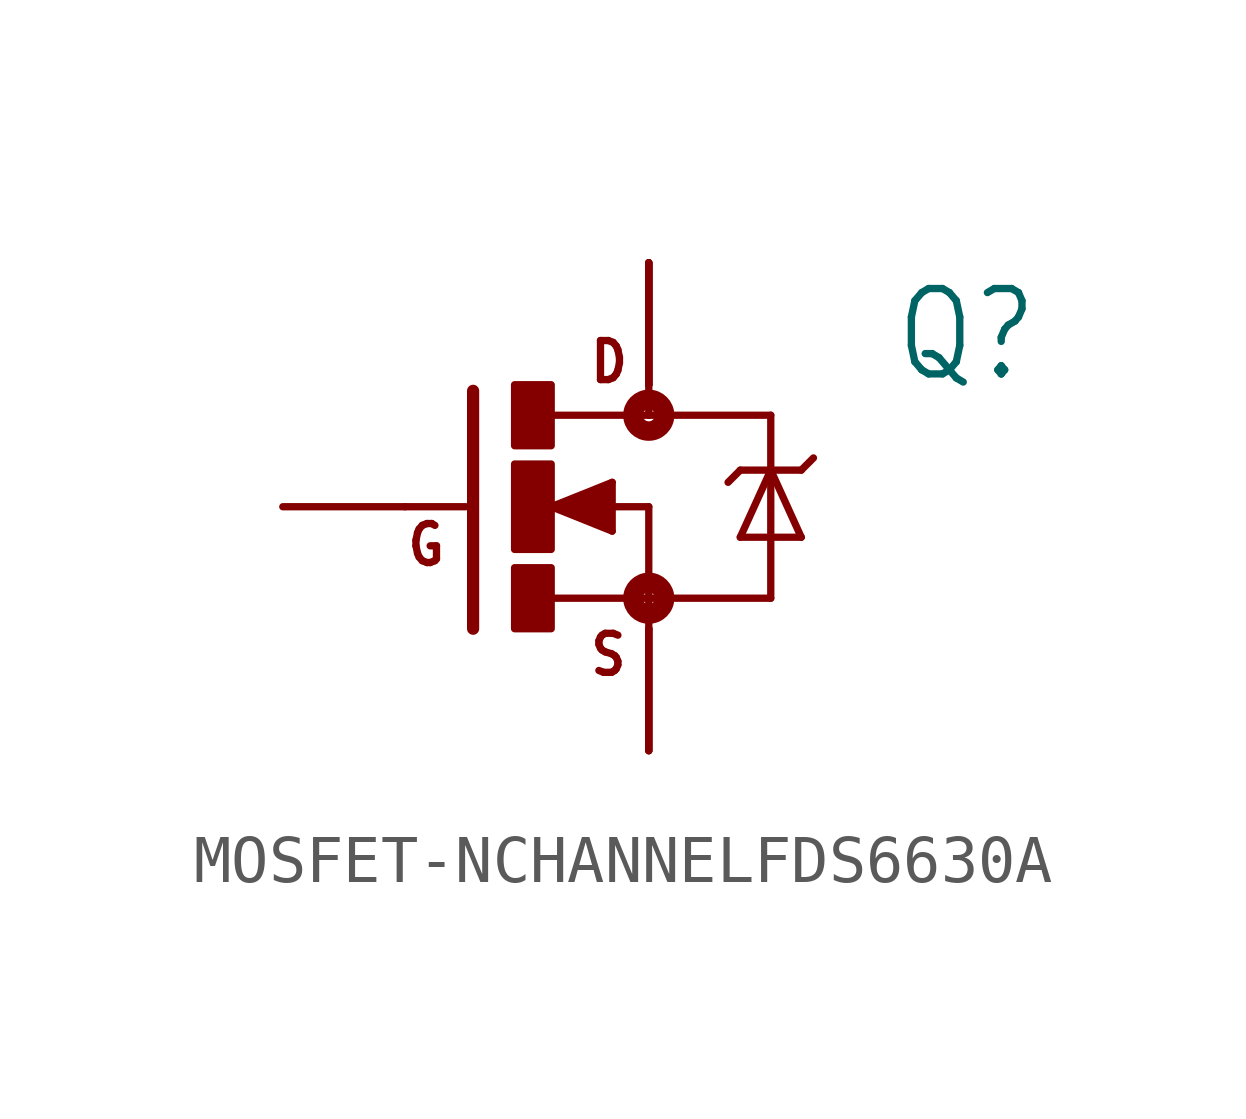
<source format=kicad_sym>
(kicad_symbol_lib
  (version 20220914)
  (generator kicad_symbol_editor)
  (symbol "MOSFET-NCHANNELFDS6630A"
    (property "Reference" "Q"
      (at 5.08 2.54 0)
      (effects (font (size 1.778 1.511)) (justify left bottom)))
    (property "Value" ""
      (at 5.08 0 0)
      (effects (font (size 1.778 1.511)) (justify left bottom)))
    (property "ki_locked" ""
      (at 0 0 0)
      (effects (font (size 1.27 1.27))))
    (symbol "MOSFET-NCHANNELFDS6630A_1_0"
      (rectangle (start -2.794 -2.54) (end -2.032 -1.27) (stroke (width 0) (type default)) (fill (type outline)))
      (rectangle (start -2.794 -0.889) (end -2.032 0.889) (stroke (width 0) (type default)) (fill (type outline)))
      (rectangle (start -2.794 1.27) (end -2.032 2.54) (stroke (width 0) (type default)) (fill (type outline)))
      (circle (center 0 -1.905) (radius 0.127) (stroke (width 0.406) (type solid)) (fill (type none)))
      (polyline (pts (xy -3.81 0) (xy -5.08 0)) (stroke (width 0.152) (type solid)) (fill (type none)))
      (polyline (pts (xy -3.658 2.413) (xy -3.658 -2.54)) (stroke (width 0.254) (type solid)) (fill (type none)))
      (polyline (pts (xy -2.032 -1.905) (xy 0 -1.905)) (stroke (width 0.152) (type solid)) (fill (type none)))
      (polyline (pts (xy -2.032 0) (xy -0.762 -0.508)) (stroke (width 0.152) (type solid)) (fill (type none)))
      (polyline (pts (xy -1.778 0) (xy -0.889 -0.254)) (stroke (width 0.305) (type solid)) (fill (type none)))
      (polyline (pts (xy -0.889 -0.254) (xy -0.889 0)) (stroke (width 0.305) (type solid)) (fill (type none)))
      (polyline (pts (xy -0.889 0) (xy -1.143 0)) (stroke (width 0.305) (type solid)) (fill (type none)))
      (polyline (pts (xy -0.889 0) (xy 0 0)) (stroke (width 0.152) (type solid)) (fill (type none)))
      (polyline (pts (xy -0.889 0.254) (xy -1.778 0)) (stroke (width 0.305) (type solid)) (fill (type none)))
      (polyline (pts (xy -0.762 -0.508) (xy -0.762 0.508)) (stroke (width 0.152) (type solid)) (fill (type none)))
      (polyline (pts (xy -0.762 0.508) (xy -2.032 0)) (stroke (width 0.152) (type solid)) (fill (type none)))
      (polyline (pts (xy 0 -1.905) (xy 0 -2.54)) (stroke (width 0.152) (type solid)) (fill (type none)))
      (polyline (pts (xy 0 0) (xy 0 -1.905)) (stroke (width 0.152) (type solid)) (fill (type none)))
      (polyline (pts (xy 0 1.905) (xy -2.007 1.905)) (stroke (width 0.152) (type solid)) (fill (type none)))
      (polyline (pts (xy 0 1.905) (xy 2.54 1.905)) (stroke (width 0.152) (type solid)) (fill (type none)))
      (polyline (pts (xy 0 2.54) (xy 0 1.905)) (stroke (width 0.152) (type solid)) (fill (type none)))
      (polyline (pts (xy 1.905 -0.635) (xy 3.175 -0.635)) (stroke (width 0.152) (type solid)) (fill (type none)))
      (polyline (pts (xy 1.905 0.762) (xy 1.651 0.508)) (stroke (width 0.152) (type solid)) (fill (type none)))
      (polyline (pts (xy 1.905 0.762) (xy 2.54 0.762)) (stroke (width 0.152) (type solid)) (fill (type none)))
      (polyline (pts (xy 2.54 -1.905) (xy 0 -1.905)) (stroke (width 0.152) (type solid)) (fill (type none)))
      (polyline (pts (xy 2.54 0.762) (xy 1.905 -0.635)) (stroke (width 0.152) (type solid)) (fill (type none)))
      (polyline (pts (xy 2.54 0.762) (xy 2.54 -1.905)) (stroke (width 0.152) (type solid)) (fill (type none)))
      (polyline (pts (xy 2.54 0.762) (xy 3.175 0.762)) (stroke (width 0.152) (type solid)) (fill (type none)))
      (polyline (pts (xy 2.54 1.905) (xy 2.54 0.762)) (stroke (width 0.152) (type solid)) (fill (type none)))
      (polyline (pts (xy 3.175 -0.635) (xy 2.54 0.762)) (stroke (width 0.152) (type solid)) (fill (type none)))
      (polyline (pts (xy 3.175 0.762) (xy 3.429 1.016)) (stroke (width 0.152) (type solid)) (fill (type none)))
      (circle (center 0 1.905) (radius 0.127) (stroke (width 0.406) (type solid)) (fill (type none)))
      (text "D" (at -1.27 2.54 0) (effects (font (size 0.813 0.691)) (justify left bottom)))
      (text "G" (at -5.08 -1.27 0) (effects (font (size 0.813 0.691)) (justify left bottom)))
      (text "S" (at -1.27 -3.556 0) (effects (font (size 0.813 0.691)) (justify left bottom)))
      (pin passive line (at 0 -5.08 90) (length 2.54) (name "S" (effects (font (size 0 0)))) (number "1" (effects (font (size 0 0)))))
      (pin passive line (at 0 -5.08 90) (length 2.54) (name "S" (effects (font (size 0 0)))) (number "2" (effects (font (size 0 0)))))
      (pin passive line (at 0 -5.08 90) (length 2.54) (name "S" (effects (font (size 0 0)))) (number "3" (effects (font (size 0 0)))))
      (pin passive line (at -7.62 0 0) (length 2.54) (name "G" (effects (font (size 0 0)))) (number "4" (effects (font (size 0 0)))))
      (pin passive line (at 0 5.08 270) (length 2.54) (name "D" (effects (font (size 0 0)))) (number "5" (effects (font (size 0 0)))))
      (pin passive line (at 0 5.08 270) (length 2.54) (name "D" (effects (font (size 0 0)))) (number "6" (effects (font (size 0 0)))))
      (pin passive line (at 0 5.08 270) (length 2.54) (name "D" (effects (font (size 0 0)))) (number "7" (effects (font (size 0 0)))))
      (pin passive line (at 0 5.08 270) (length 2.54) (name "D" (effects (font (size 0 0)))) (number "8" (effects (font (size 0 0))))))))
</source>
